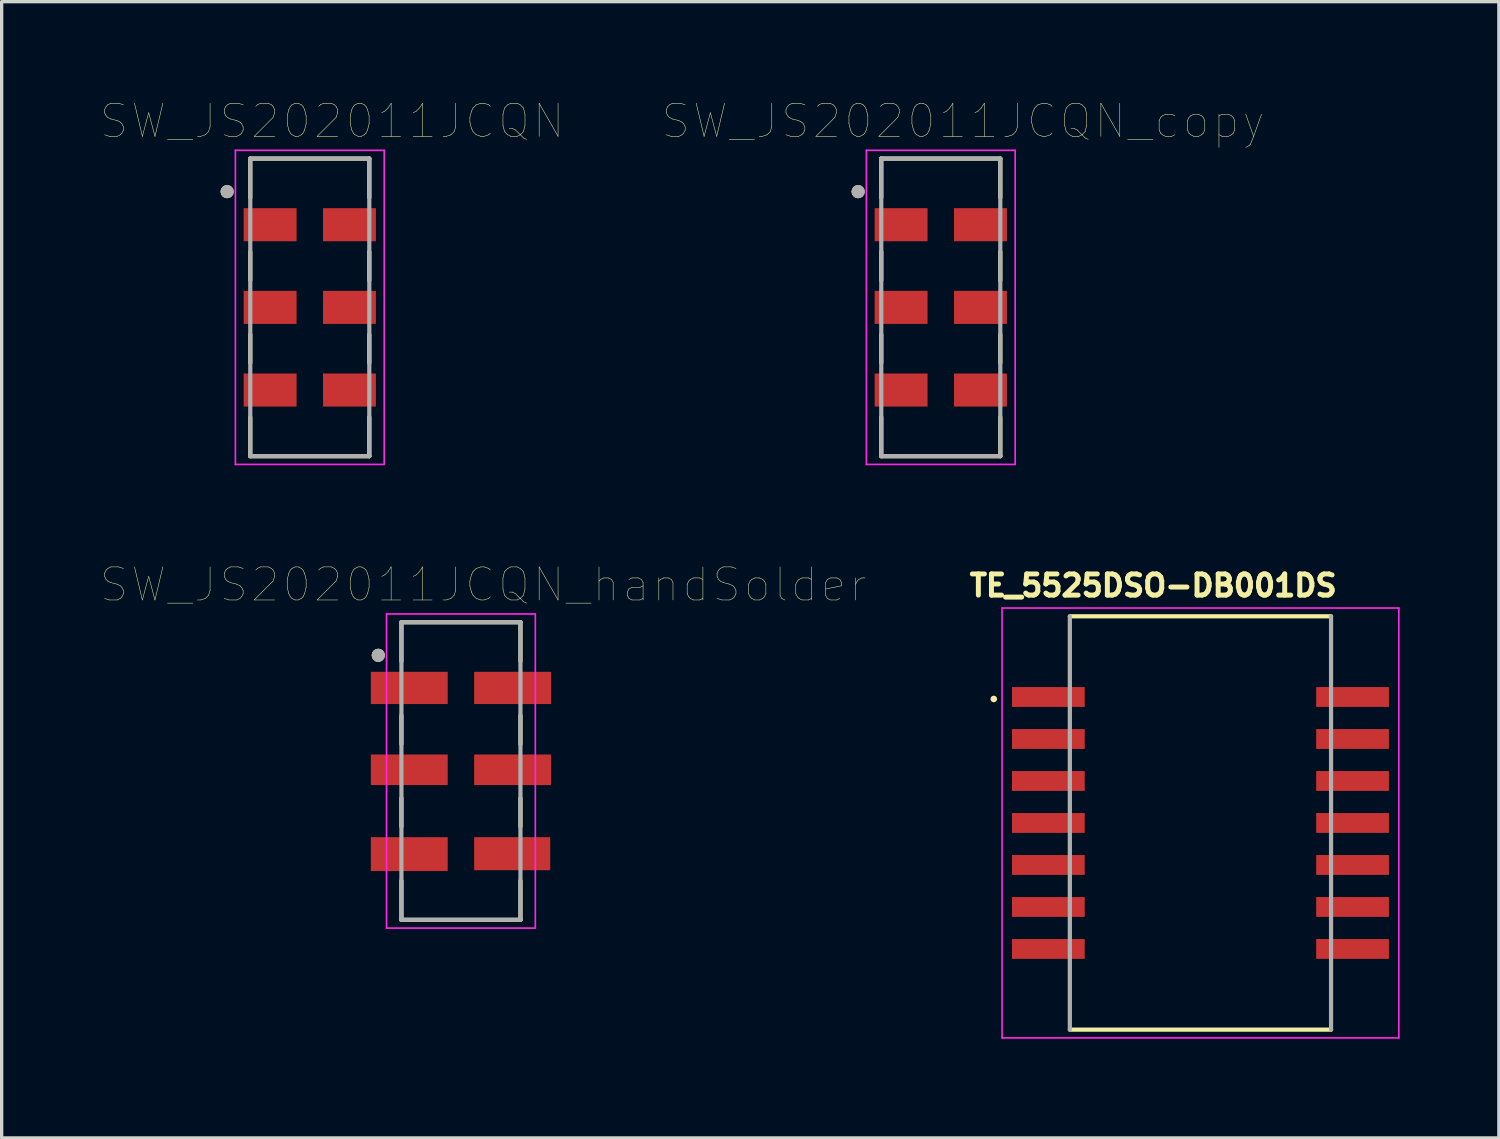
<source format=kicad_pcb>
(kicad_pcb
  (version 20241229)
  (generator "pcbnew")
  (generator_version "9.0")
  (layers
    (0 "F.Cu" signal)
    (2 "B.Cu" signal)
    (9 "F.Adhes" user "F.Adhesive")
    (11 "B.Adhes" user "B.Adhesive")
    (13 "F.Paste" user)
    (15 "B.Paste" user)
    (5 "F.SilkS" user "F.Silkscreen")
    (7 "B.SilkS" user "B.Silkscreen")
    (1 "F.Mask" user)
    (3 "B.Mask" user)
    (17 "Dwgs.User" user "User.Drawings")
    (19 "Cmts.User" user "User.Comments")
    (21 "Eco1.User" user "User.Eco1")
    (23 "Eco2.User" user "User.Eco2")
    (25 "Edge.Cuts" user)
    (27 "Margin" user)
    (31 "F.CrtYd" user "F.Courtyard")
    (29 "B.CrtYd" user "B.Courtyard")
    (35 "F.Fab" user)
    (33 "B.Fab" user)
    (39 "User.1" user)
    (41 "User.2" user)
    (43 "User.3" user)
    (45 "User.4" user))
  (footprint "SW_JS202011JCQN_handSolder"
    (layer "F.Cu")
    (at 10.89 20.268)
    (property "Reference" "SW_JS202011JCQN_handSolder" (at 0.675 -5.635 0) (layer "F.SilkS") (effects (font (size 1 1) (thickness 0.015))))
    (attr through_hole)
    (fp_line (start -1.8 -4.5) (end 1.8 -4.5) (stroke (width 0.127) (type solid)) (layer "F.SilkS"))
    (fp_line (start -1.8 -3.32) (end -1.8 -4.5) (stroke (width 0.127) (type solid)) (layer "F.SilkS"))
    (fp_line (start -1.8 -0.82) (end -1.8 -1.68) (stroke (width 0.127) (type solid)) (layer "F.SilkS"))
    (fp_line (start -1.8 1.68) (end -1.8 0.82) (stroke (width 0.127) (type solid)) (layer "F.SilkS"))
    (fp_line (start -1.8 4.5) (end -1.8 3.32) (stroke (width 0.127) (type solid)) (layer "F.SilkS"))
    (fp_line (start 1.8 -4.5) (end 1.8 -3.32) (stroke (width 0.127) (type solid)) (layer "F.SilkS"))
    (fp_line (start 1.8 -1.68) (end 1.8 -0.82) (stroke (width 0.127) (type solid)) (layer "F.SilkS"))
    (fp_line (start 1.8 0.82) (end 1.8 1.68) (stroke (width 0.127) (type solid)) (layer "F.SilkS"))
    (fp_line (start 1.8 3.32) (end 1.8 4.5) (stroke (width 0.127) (type solid)) (layer "F.SilkS"))
    (fp_line (start 1.8 4.5) (end -1.8 4.5) (stroke (width 0.127) (type solid)) (layer "F.SilkS"))
    (fp_circle (center -2.5 -3.5) (end -2.4 -3.5) (stroke (width 0.2) (type solid)) (fill no) (layer "F.SilkS"))
    (fp_line (start -2.25 -4.75) (end 2.25 -4.75) (stroke (width 0.05) (type solid)) (layer "F.CrtYd"))
    (fp_line (start -2.25 4.75) (end -2.25 -4.75) (stroke (width 0.05) (type solid)) (layer "F.CrtYd"))
    (fp_line (start 2.25 -4.75) (end 2.25 4.75) (stroke (width 0.05) (type solid)) (layer "F.CrtYd"))
    (fp_line (start 2.25 4.75) (end -2.25 4.75) (stroke (width 0.05) (type solid)) (layer "F.CrtYd"))
    (fp_line (start -1.8 -4.5) (end 1.8 -4.5) (stroke (width 0.127) (type solid)) (layer "F.Fab"))
    (fp_line (start -1.8 4.5) (end -1.8 -4.5) (stroke (width 0.127) (type solid)) (layer "F.Fab"))
    (fp_line (start 1.8 -4.5) (end 1.8 4.5) (stroke (width 0.127) (type solid)) (layer "F.Fab"))
    (fp_line (start 1.8 4.5) (end -1.8 4.5) (stroke (width 0.127) (type solid)) (layer "F.Fab"))
    (fp_circle (center -2.5 -3.5) (end -2.4 -3.5) (stroke (width 0.2) (type solid)) (fill no) (layer "F.Fab"))
    (pad "1" smd rect (at -1.562 -2.513) (size 2.325 0.975) (layers "F.Cu" "F.Mask" "F.Paste"))
    (pad "2" smd rect (at -1.562 -0.037) (size 2.325 0.925) (layers "F.Cu" "F.Mask" "F.Paste"))
    (pad "3" smd rect (at -1.562 2.513) (size 2.325 1.025) (layers "F.Cu" "F.Mask" "F.Paste"))
    (pad "5" smd rect (at 1.562 -2.513) (size 2.325 0.975) (layers "F.Cu" "F.Mask" "F.Paste"))
    (pad "6" smd rect (at 1.562 -0.037) (size 2.325 0.925) (layers "F.Cu" "F.Mask" "F.Paste"))
    (pad "7" smd rect (at 1.55 2.5) (size 2.3 1) (layers "F.Cu" "F.Mask" "F.Paste")))
  (footprint "SW_JS202011JCQN_copy"
    (layer "F.Cu")
    (at 25.402 6.246)
    (property "Reference" "SW_JS202011JCQN_copy" (at 0.675 -5.635 0) (layer "F.SilkS") (effects (font (size 1 1) (thickness 0.015))))
    (attr through_hole)
    (fp_line (start -1.8 -4.5) (end 1.8 -4.5) (stroke (width 0.127) (type solid)) (layer "F.SilkS"))
    (fp_line (start -1.8 -3.32) (end -1.8 -4.5) (stroke (width 0.127) (type solid)) (layer "F.SilkS"))
    (fp_line (start -1.8 -0.82) (end -1.8 -1.68) (stroke (width 0.127) (type solid)) (layer "F.SilkS"))
    (fp_line (start -1.8 1.68) (end -1.8 0.82) (stroke (width 0.127) (type solid)) (layer "F.SilkS"))
    (fp_line (start -1.8 4.5) (end -1.8 3.32) (stroke (width 0.127) (type solid)) (layer "F.SilkS"))
    (fp_line (start 1.8 -4.5) (end 1.8 -3.32) (stroke (width 0.127) (type solid)) (layer "F.SilkS"))
    (fp_line (start 1.8 -1.68) (end 1.8 -0.82) (stroke (width 0.127) (type solid)) (layer "F.SilkS"))
    (fp_line (start 1.8 0.82) (end 1.8 1.68) (stroke (width 0.127) (type solid)) (layer "F.SilkS"))
    (fp_line (start 1.8 3.32) (end 1.8 4.5) (stroke (width 0.127) (type solid)) (layer "F.SilkS"))
    (fp_line (start 1.8 4.5) (end -1.8 4.5) (stroke (width 0.127) (type solid)) (layer "F.SilkS"))
    (fp_circle (center -2.5 -3.5) (end -2.4 -3.5) (stroke (width 0.2) (type solid)) (fill no) (layer "F.SilkS"))
    (fp_line (start -2.25 -4.75) (end 2.25 -4.75) (stroke (width 0.05) (type solid)) (layer "F.CrtYd"))
    (fp_line (start -2.25 4.75) (end -2.25 -4.75) (stroke (width 0.05) (type solid)) (layer "F.CrtYd"))
    (fp_line (start 2.25 -4.75) (end 2.25 4.75) (stroke (width 0.05) (type solid)) (layer "F.CrtYd"))
    (fp_line (start 2.25 4.75) (end -2.25 4.75) (stroke (width 0.05) (type solid)) (layer "F.CrtYd"))
    (fp_line (start -1.8 -4.5) (end 1.8 -4.5) (stroke (width 0.127) (type solid)) (layer "F.Fab"))
    (fp_line (start -1.8 4.5) (end -1.8 -4.5) (stroke (width 0.127) (type solid)) (layer "F.Fab"))
    (fp_line (start 1.8 -4.5) (end 1.8 4.5) (stroke (width 0.127) (type solid)) (layer "F.Fab"))
    (fp_line (start 1.8 4.5) (end -1.8 4.5) (stroke (width 0.127) (type solid)) (layer "F.Fab"))
    (fp_circle (center -2.5 -3.5) (end -2.4 -3.5) (stroke (width 0.2) (type solid)) (fill no) (layer "F.Fab"))
    (pad "1" smd rect (at -1.2 -2.5) (size 1.6 1) (layers "F.Cu" "F.Mask" "F.Paste"))
    (pad "2" smd rect (at -1.2 0) (size 1.6 1) (layers "F.Cu" "F.Mask" "F.Paste"))
    (pad "3" smd rect (at -1.2 2.5) (size 1.6 1) (layers "F.Cu" "F.Mask" "F.Paste"))
    (pad "5" smd rect (at 1.2 -2.5) (size 1.6 1) (layers "F.Cu" "F.Mask" "F.Paste"))
    (pad "6" smd rect (at 1.2 0) (size 1.6 1) (layers "F.Cu" "F.Mask" "F.Paste"))
    (pad "7" smd rect (at 1.2 2.5) (size 1.6 1) (layers "F.Cu" "F.Mask" "F.Paste")))
  (footprint "SW_JS202011JCQN"
    (layer "F.Cu")
    (at 6.319 6.246)
    (property "Reference" "SW_JS202011JCQN" (at 0.675 -5.635 0) (layer "F.SilkS") (effects (font (size 1 1) (thickness 0.015))))
    (attr through_hole)
    (fp_line (start -1.8 -4.5) (end 1.8 -4.5) (stroke (width 0.127) (type solid)) (layer "F.SilkS"))
    (fp_line (start -1.8 -3.32) (end -1.8 -4.5) (stroke (width 0.127) (type solid)) (layer "F.SilkS"))
    (fp_line (start -1.8 -0.82) (end -1.8 -1.68) (stroke (width 0.127) (type solid)) (layer "F.SilkS"))
    (fp_line (start -1.8 1.68) (end -1.8 0.82) (stroke (width 0.127) (type solid)) (layer "F.SilkS"))
    (fp_line (start -1.8 4.5) (end -1.8 3.32) (stroke (width 0.127) (type solid)) (layer "F.SilkS"))
    (fp_line (start 1.8 -4.5) (end 1.8 -3.32) (stroke (width 0.127) (type solid)) (layer "F.SilkS"))
    (fp_line (start 1.8 -1.68) (end 1.8 -0.82) (stroke (width 0.127) (type solid)) (layer "F.SilkS"))
    (fp_line (start 1.8 0.82) (end 1.8 1.68) (stroke (width 0.127) (type solid)) (layer "F.SilkS"))
    (fp_line (start 1.8 3.32) (end 1.8 4.5) (stroke (width 0.127) (type solid)) (layer "F.SilkS"))
    (fp_line (start 1.8 4.5) (end -1.8 4.5) (stroke (width 0.127) (type solid)) (layer "F.SilkS"))
    (fp_circle (center -2.5 -3.5) (end -2.4 -3.5) (stroke (width 0.2) (type solid)) (fill no) (layer "F.SilkS"))
    (fp_line (start -2.25 -4.75) (end 2.25 -4.75) (stroke (width 0.05) (type solid)) (layer "F.CrtYd"))
    (fp_line (start -2.25 4.75) (end -2.25 -4.75) (stroke (width 0.05) (type solid)) (layer "F.CrtYd"))
    (fp_line (start 2.25 -4.75) (end 2.25 4.75) (stroke (width 0.05) (type solid)) (layer "F.CrtYd"))
    (fp_line (start 2.25 4.75) (end -2.25 4.75) (stroke (width 0.05) (type solid)) (layer "F.CrtYd"))
    (fp_line (start -1.8 -4.5) (end 1.8 -4.5) (stroke (width 0.127) (type solid)) (layer "F.Fab"))
    (fp_line (start -1.8 4.5) (end -1.8 -4.5) (stroke (width 0.127) (type solid)) (layer "F.Fab"))
    (fp_line (start 1.8 -4.5) (end 1.8 4.5) (stroke (width 0.127) (type solid)) (layer "F.Fab"))
    (fp_line (start 1.8 4.5) (end -1.8 4.5) (stroke (width 0.127) (type solid)) (layer "F.Fab"))
    (fp_circle (center -2.5 -3.5) (end -2.4 -3.5) (stroke (width 0.2) (type solid)) (fill no) (layer "F.Fab"))
    (pad "1" smd rect (at -1.2 -2.5) (size 1.6 1) (layers "F.Cu" "F.Mask" "F.Paste"))
    (pad "2" smd rect (at -1.2 0) (size 1.6 1) (layers "F.Cu" "F.Mask" "F.Paste"))
    (pad "3" smd rect (at -1.2 2.5) (size 1.6 1) (layers "F.Cu" "F.Mask" "F.Paste"))
    (pad "5" smd rect (at 1.2 -2.5) (size 1.6 1) (layers "F.Cu" "F.Mask" "F.Paste"))
    (pad "6" smd rect (at 1.2 0) (size 1.6 1) (layers "F.Cu" "F.Mask" "F.Paste"))
    (pad "7" smd rect (at 1.2 2.5) (size 1.6 1) (layers "F.Cu" "F.Mask" "F.Paste")))
  (footprint "TE_5525DSO-DB001DS"
    (layer "F.Cu")
    (at 33.255 21.839)
    (property "Reference" "TE_5525DSO-DB001DS" (at -1.429 -7.18 0) (layer "F.SilkS") (effects (font (size 0.64 0.64) (thickness 0.15))))
    (attr through_hole)
    (fp_line (start -3.95 -6.25) (end 3.95 -6.25) (stroke (width 0.127) (type solid)) (layer "F.SilkS"))
    (fp_line (start 3.95 6.25) (end -3.95 6.25) (stroke (width 0.127) (type solid)) (layer "F.SilkS"))
    (fp_circle (center -6.25 -3.75) (end -6.2 -3.75) (stroke (width 0.1) (type solid)) (fill no) (layer "F.SilkS"))
    (fp_line (start -6 -6.5) (end 6 -6.5) (stroke (width 0.05) (type solid)) (layer "F.CrtYd"))
    (fp_line (start -6 6.5) (end -6 -6.5) (stroke (width 0.05) (type solid)) (layer "F.CrtYd"))
    (fp_line (start 6 -6.5) (end 6 6.5) (stroke (width 0.05) (type solid)) (layer "F.CrtYd"))
    (fp_line (start 6 6.5) (end -6 6.5) (stroke (width 0.05) (type solid)) (layer "F.CrtYd"))
    (fp_line (start -3.95 6.25) (end -3.95 -6.25) (stroke (width 0.127) (type solid)) (layer "F.Fab"))
    (fp_line (start 3.95 -6.25) (end 3.95 6.25) (stroke (width 0.127) (type solid)) (layer "F.Fab"))
    (pad "1" smd rect (at -4.6 -3.81) (size 2.2 0.6) (layers "F.Cu" "F.Mask" "F.Paste"))
    (pad "2" smd rect (at -4.6 -2.54) (size 2.2 0.6) (layers "F.Cu" "F.Mask" "F.Paste"))
    (pad "3" smd rect (at -4.6 -1.27) (size 2.2 0.6) (layers "F.Cu" "F.Mask" "F.Paste"))
    (pad "4" smd rect (at -4.6 0) (size 2.2 0.6) (layers "F.Cu" "F.Mask" "F.Paste"))
    (pad "5" smd rect (at -4.6 1.27) (size 2.2 0.6) (layers "F.Cu" "F.Mask" "F.Paste"))
    (pad "6" smd rect (at -4.6 2.54) (size 2.2 0.6) (layers "F.Cu" "F.Mask" "F.Paste"))
    (pad "7" smd rect (at -4.6 3.81) (size 2.2 0.6) (layers "F.Cu" "F.Mask" "F.Paste"))
    (pad "8" smd rect (at 4.6 3.81) (size 2.2 0.6) (layers "F.Cu" "F.Mask" "F.Paste"))
    (pad "9" smd rect (at 4.6 2.54) (size 2.2 0.6) (layers "F.Cu" "F.Mask" "F.Paste"))
    (pad "10" smd rect (at 4.6 1.27) (size 2.2 0.6) (layers "F.Cu" "F.Mask" "F.Paste"))
    (pad "11" smd rect (at 4.6 0) (size 2.2 0.6) (layers "F.Cu" "F.Mask" "F.Paste"))
    (pad "12" smd rect (at 4.6 -1.27) (size 2.2 0.6) (layers "F.Cu" "F.Mask" "F.Paste"))
    (pad "13" smd rect (at 4.6 -2.54) (size 2.2 0.6) (layers "F.Cu" "F.Mask" "F.Paste"))
    (pad "14" smd rect (at 4.6 -3.81) (size 2.2 0.6) (layers "F.Cu" "F.Mask" "F.Paste")))
  (gr_rect
    (start -3 -3)
    (end 42.28 31.364)
    (stroke (width 0.1) (type default))
    (fill no)
    (layer "Edge.Cuts")))
</source>
